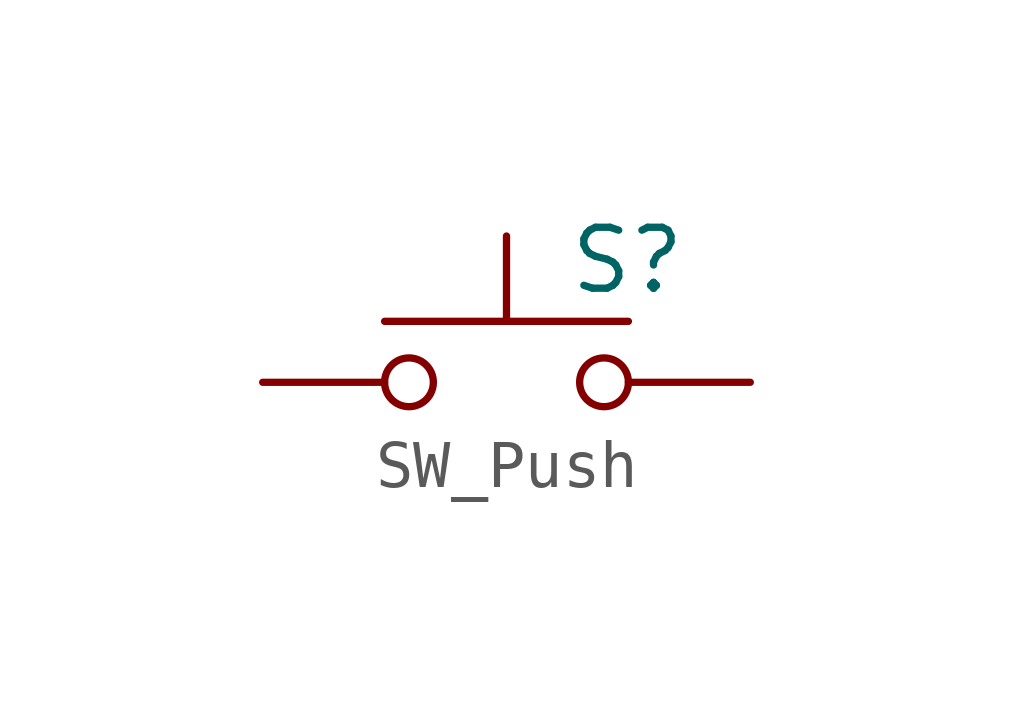
<source format=kicad_sym>
(kicad_symbol_lib
  (version 20211014)
  (generator kicad_symbol_editor)
  (symbol "SW_Push"
    (pin_numbers hide)
    (pin_names
      (offset 1.016) hide)
    (property "Reference" "S"
      (at 1.27 2.54 0)
      (effects (font (size 1.27 1.27)) (justify left)))
    (symbol "SW_Push_0_1"
      (circle (center -2.032 0) (radius 0.508) (stroke (width 0) (type default) (color 0 0 0 0)) (fill (type none)))
      (polyline (pts (xy 0 1.27) (xy 0 3.048)) (stroke (width 0) (type default) (color 0 0 0 0)) (fill (type none)))
      (polyline (pts (xy 2.54 1.27) (xy -2.54 1.27)) (stroke (width 0) (type default) (color 0 0 0 0)) (fill (type none)))
      (circle (center 2.032 0) (radius 0.508) (stroke (width 0) (type default) (color 0 0 0 0)) (fill (type none)))
      (pin passive line (at -5.08 0 0) (length 2.54) (name "1" (effects (font (size 1.27 1.27)))) (number "1" (effects (font (size 1.27 1.27)))))
      (pin passive line (at 5.08 0 180) (length 2.54) (name "2" (effects (font (size 1.27 1.27)))) (number "2" (effects (font (size 1.27 1.27))))))))
</source>
